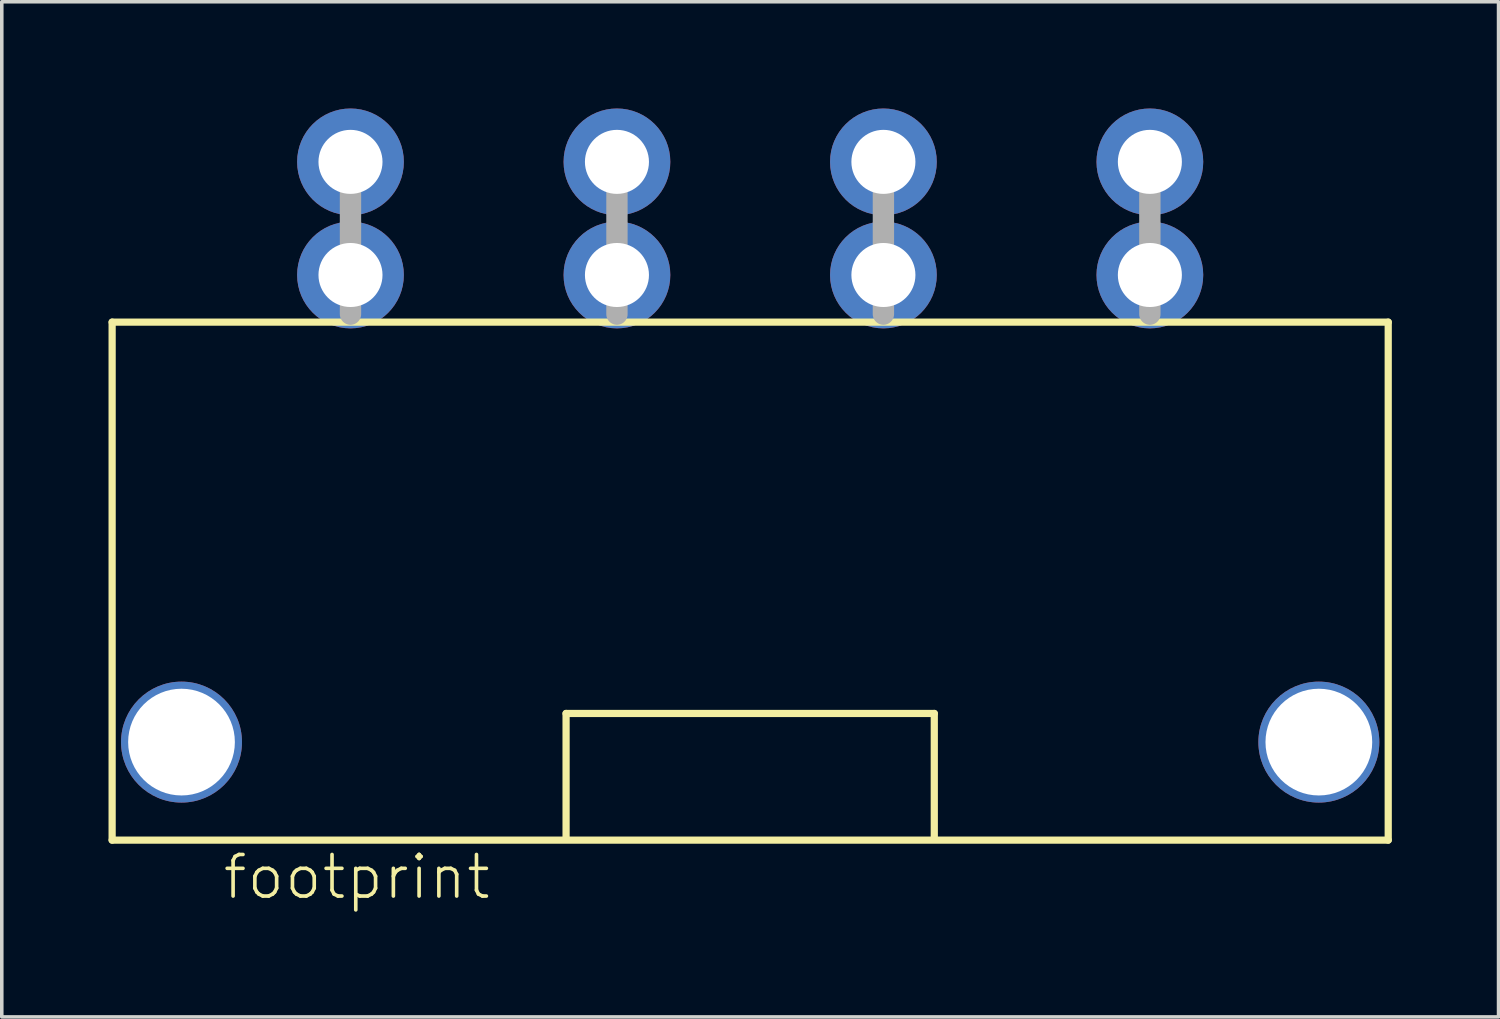
<source format=kicad_pcb>
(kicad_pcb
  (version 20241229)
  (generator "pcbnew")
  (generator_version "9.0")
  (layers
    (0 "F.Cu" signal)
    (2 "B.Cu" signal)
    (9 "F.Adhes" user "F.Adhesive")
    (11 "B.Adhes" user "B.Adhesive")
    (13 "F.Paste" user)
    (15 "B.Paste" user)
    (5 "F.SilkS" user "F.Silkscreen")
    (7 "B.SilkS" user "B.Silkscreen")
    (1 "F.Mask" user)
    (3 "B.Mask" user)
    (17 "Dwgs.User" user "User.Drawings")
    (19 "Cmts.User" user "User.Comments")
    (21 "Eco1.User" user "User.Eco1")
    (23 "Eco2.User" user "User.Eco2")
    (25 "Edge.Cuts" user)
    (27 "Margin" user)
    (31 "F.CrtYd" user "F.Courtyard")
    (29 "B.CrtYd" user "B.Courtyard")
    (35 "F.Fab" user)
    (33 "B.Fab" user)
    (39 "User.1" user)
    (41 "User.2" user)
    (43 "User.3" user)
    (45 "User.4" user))
  (footprint "footprint"
    (layer "F.Cu")
    (at 18.037 4.68)
    (property "Reference" "footprint" (at -14.88 17.605 0) (layer "F.SilkS") (effects (font (size 1.168 1.168) (thickness 0.102)) (justify left bottom)))
    (fp_line (start -17.935 1.325) (end 17.935 1.325) (stroke (width 0.203) (type solid)) (layer "F.SilkS"))
    (fp_line (start -17.935 15.885) (end -17.935 1.325) (stroke (width 0.203) (type solid)) (layer "F.SilkS"))
    (fp_line (start -17.935 15.885) (end 17.935 15.885) (stroke (width 0.203) (type solid)) (layer "F.SilkS"))
    (fp_line (start -5.175 12.325) (end 5.175 12.325) (stroke (width 0.203) (type solid)) (layer "F.SilkS"))
    (fp_line (start -5.175 15.8) (end -5.175 12.325) (stroke (width 0.203) (type solid)) (layer "F.SilkS"))
    (fp_line (start 5.175 12.325) (end 5.175 15.85) (stroke (width 0.203) (type solid)) (layer "F.SilkS"))
    (fp_line (start 17.935 1.325) (end 17.935 15.885) (stroke (width 0.203) (type solid)) (layer "F.SilkS"))
    (fp_line (start -11.235 -3.745) (end -11.235 1.1) (stroke (width 0.6) (type solid)) (layer "F.Fab"))
    (fp_line (start -3.745 -3.745) (end -3.745 1.1) (stroke (width 0.6) (type solid)) (layer "F.Fab"))
    (fp_line (start 3.745 -3.745) (end 3.745 1.1) (stroke (width 0.6) (type solid)) (layer "F.Fab"))
    (fp_line (start 11.235 -3.745) (end 11.235 1.1) (stroke (width 0.6) (type solid)) (layer "F.Fab"))
    (pad "1@1" thru_hole circle (at -11.235 0) (size 3 3) (drill 1.8) (layers "*.Cu" "*.Mask"))
    (pad "1@2" thru_hole circle (at -11.235 -3.18) (size 3 3) (drill 1.8) (layers "*.Cu" "*.Mask"))
    (pad "2@1" thru_hole circle (at -3.745 0) (size 3 3) (drill 1.8) (layers "*.Cu" "*.Mask"))
    (pad "2@2" thru_hole circle (at -3.745 -3.18) (size 3 3) (drill 1.8) (layers "*.Cu" "*.Mask"))
    (pad "3@1" thru_hole circle (at 3.745 0) (size 3 3) (drill 1.8) (layers "*.Cu" "*.Mask"))
    (pad "3@2" thru_hole circle (at 3.745 -3.18) (size 3 3) (drill 1.8) (layers "*.Cu" "*.Mask"))
    (pad "4@1" thru_hole circle (at 11.235 0) (size 3 3) (drill 1.8) (layers "*.Cu" "*.Mask"))
    (pad "4@2" thru_hole circle (at 11.235 -3.18) (size 3 3) (drill 1.8) (layers "*.Cu" "*.Mask"))
    (pad "M1" thru_hole circle (at -15.985 13.13) (size 3.4 3.4) (drill 3) (layers "*.Cu" "*.Mask"))
    (pad "M2" thru_hole circle (at 15.985 13.13) (size 3.4 3.4) (drill 3) (layers "*.Cu" "*.Mask")))
  (gr_rect
    (start -3 -3)
    (end 39.073 25.535)
    (stroke (width 0.1) (type default))
    (fill no)
    (layer "Edge.Cuts")))
</source>
